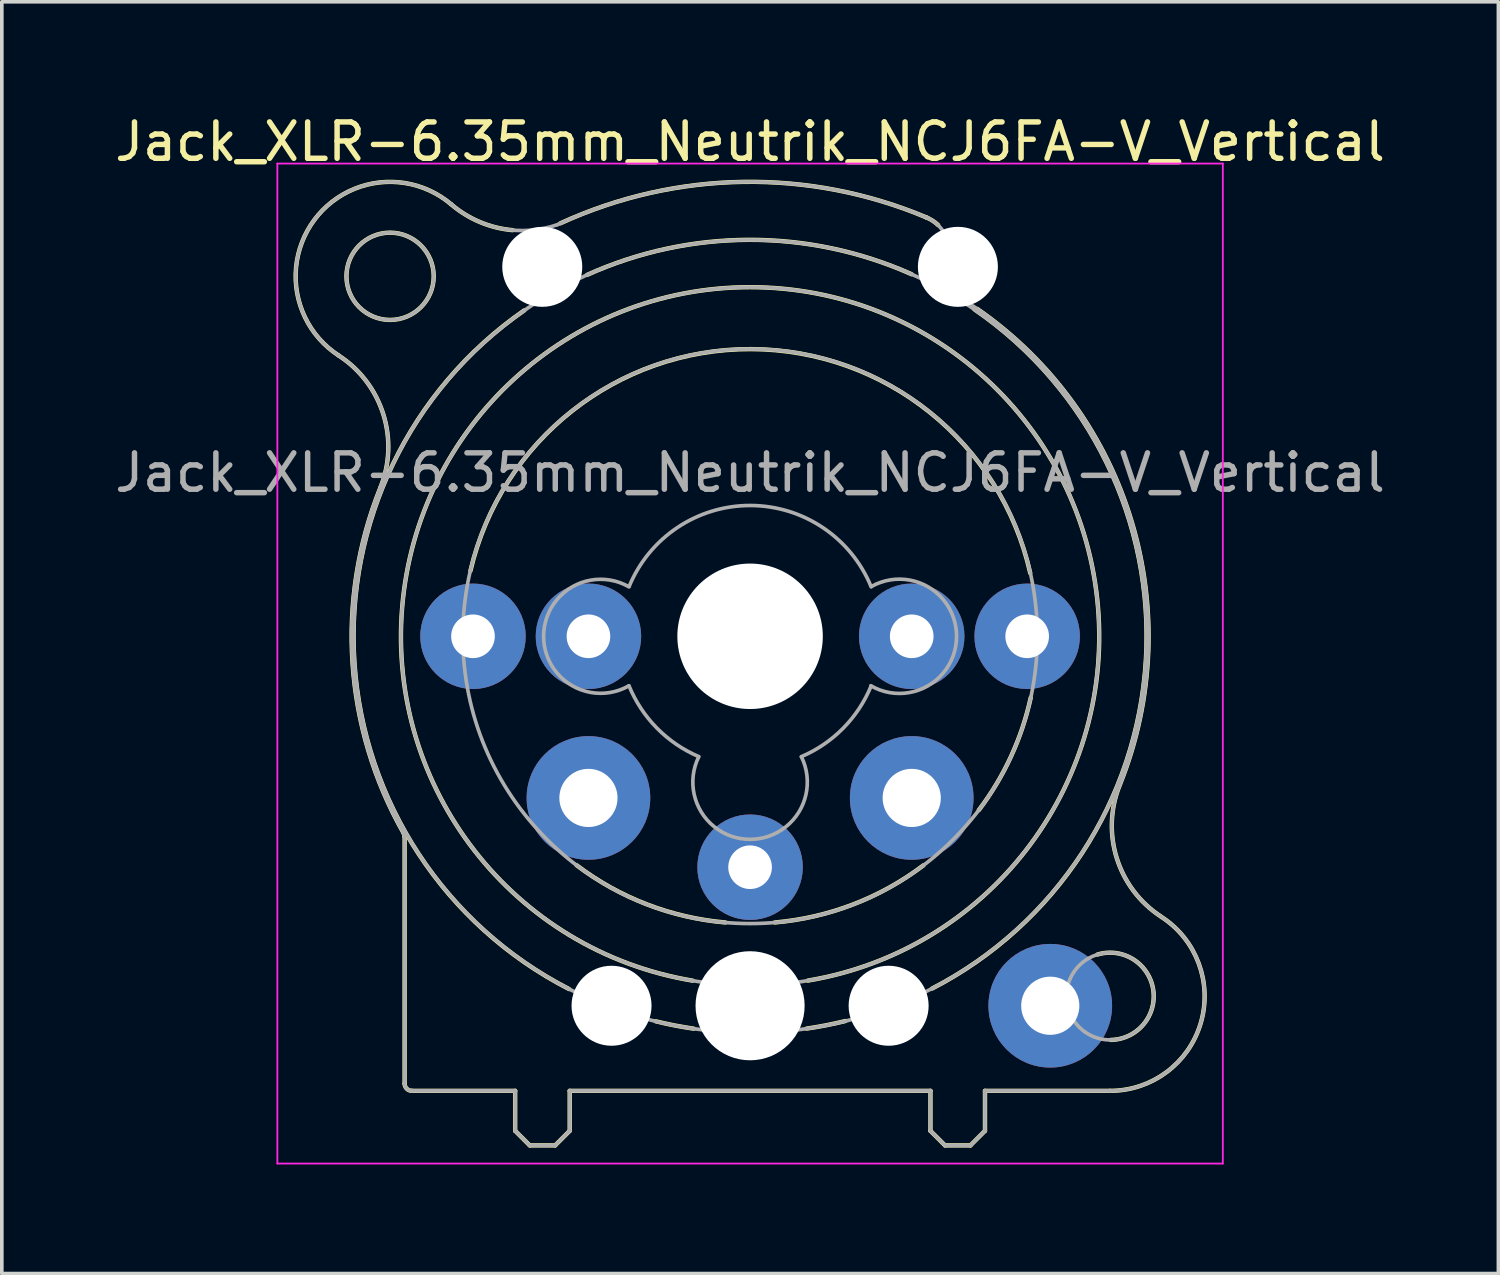
<source format=kicad_pcb>
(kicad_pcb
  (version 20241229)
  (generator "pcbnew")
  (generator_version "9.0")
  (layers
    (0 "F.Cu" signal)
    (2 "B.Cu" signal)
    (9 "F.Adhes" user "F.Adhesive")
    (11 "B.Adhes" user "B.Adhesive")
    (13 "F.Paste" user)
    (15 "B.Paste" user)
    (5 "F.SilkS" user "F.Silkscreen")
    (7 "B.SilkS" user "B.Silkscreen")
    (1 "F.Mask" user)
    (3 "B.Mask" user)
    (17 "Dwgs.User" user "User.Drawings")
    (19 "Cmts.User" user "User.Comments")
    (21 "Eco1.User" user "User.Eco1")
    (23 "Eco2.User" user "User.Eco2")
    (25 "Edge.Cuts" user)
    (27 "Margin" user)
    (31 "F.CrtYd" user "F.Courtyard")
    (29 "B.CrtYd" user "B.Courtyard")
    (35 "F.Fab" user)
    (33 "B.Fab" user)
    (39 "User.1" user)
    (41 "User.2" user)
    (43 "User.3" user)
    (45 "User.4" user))
  (footprint "Jack_XLR-6.35mm_Neutrik_NCJ6FA-V_Vertical"
    (layer "F.Cu")
    (at 25.197 14.448)
    (property "Reference" "Jack_XLR-6.35mm_Neutrik_NCJ6FA-V_Vertical" (at -7.62 -13.6 0) (layer "F.SilkS") (effects (font (size 1 1) (thickness 0.15))))
    (attr through_hole)
    (fp_line (start -17.12 5.51) (end -17.12 12.3) (stroke (width 0.12) (type solid)) (layer "F.SilkS"))
    (fp_line (start -14.08 12.5) (end -16.92 12.5) (stroke (width 0.12) (type solid)) (layer "F.SilkS"))
    (fp_line (start -14.08 12.5) (end -14.08 13.6) (stroke (width 0.12) (type solid)) (layer "F.SilkS"))
    (fp_line (start -13.68 14) (end -14.08 13.6) (stroke (width 0.12) (type solid)) (layer "F.SilkS"))
    (fp_line (start -12.98 14) (end -13.68 14) (stroke (width 0.12) (type solid)) (layer "F.SilkS"))
    (fp_line (start -12.98 14) (end -12.58 13.6) (stroke (width 0.12) (type solid)) (layer "F.SilkS"))
    (fp_line (start -12.58 12.5) (end -12.58 13.6) (stroke (width 0.12) (type solid)) (layer "F.SilkS"))
    (fp_line (start -12.58 12.5) (end -2.66 12.5) (stroke (width 0.12) (type solid)) (layer "F.SilkS"))
    (fp_line (start -2.66 12.5) (end -2.66 13.6) (stroke (width 0.12) (type solid)) (layer "F.SilkS"))
    (fp_line (start -2.26 14) (end -2.66 13.6) (stroke (width 0.12) (type solid)) (layer "F.SilkS"))
    (fp_line (start -1.56 14) (end -2.26 14) (stroke (width 0.12) (type solid)) (layer "F.SilkS"))
    (fp_line (start -1.56 14) (end -1.16 13.6) (stroke (width 0.12) (type solid)) (layer "F.SilkS"))
    (fp_line (start -1.16 12.5) (end -1.16 13.6) (stroke (width 0.12) (type solid)) (layer "F.SilkS"))
    (fp_line (start 2.28 12.5) (end -1.16 12.5) (stroke (width 0.12) (type solid)) (layer "F.SilkS"))
    (fp_arc (start -18.934795 -7.72258) (mid -19.602935 -11.450543) (end -15.84 -11.88) (stroke (width 0.12) (type solid)) (layer "F.SilkS"))
    (fp_arc (start -18.930969 -7.719195) (mid -17.705389 -6.104985) (end -17.79 -4.08) (stroke (width 0.12) (type solid)) (layer "F.SilkS"))
    (fp_arc (start -17.154956 5.397698) (mid -17.130185 5.451579) (end -17.12 5.51) (stroke (width 0.12) (type solid)) (layer "F.SilkS"))
    (fp_arc (start -17.144015 5.419265) (mid -18.552638 0.743459) (end -17.79 -4.08) (stroke (width 0.12) (type solid)) (layer "F.SilkS"))
    (fp_arc (start -16.92 12.5) (mid -17.061421 12.441421) (end -17.12 12.3) (stroke (width 0.12) (type solid)) (layer "F.SilkS"))
    (fp_arc (start -15.31 -1.8) (mid -7.589115 -7.897794) (end 0.083843 -1.739802) (stroke (width 0.12) (type solid)) (layer "F.SilkS"))
    (fp_arc (start -14.148924 -11.168665) (mid -15.050317 -11.391547) (end -15.84 -11.88) (stroke (width 0.12) (type solid)) (layer "F.SilkS"))
    (fp_arc (start -12.835768 -11.357498) (mid -7.808953 -12.496451) (end -2.75 -11.51) (stroke (width 0.12) (type solid)) (layer "F.SilkS"))
    (fp_arc (start -12.6 9.7) (mid -18.500043 0.717682) (end -13.830991 -8.961807) (stroke (width 0.12) (type solid)) (layer "F.SilkS"))
    (fp_arc (start -12.1 -9.94) (mid -7.641178 -10.902915) (end -3.178648 -9.957329) (stroke (width 0.12) (type solid)) (layer "F.SilkS"))
    (fp_arc (start -9.2 9.47) (mid -7.62467 -9.6009) (end -6.030789 9.468459) (stroke (width 0.12) (type solid)) (layer "F.SilkS"))
    (fp_arc (start -9.17 10.79) (mid -9.695239 10.701401) (end -10.215522 10.58725) (stroke (width 0.12) (type solid)) (layer "F.SilkS"))
    (fp_arc (start -8.3 7.87) (mid -10.455796 7.372758) (end -12.389148 6.297184) (stroke (width 0.12) (type solid)) (layer "F.SilkS"))
    (fp_arc (start -5 10.58) (mid -5.529293 10.697184) (end -6.063757 10.787906) (stroke (width 0.12) (type solid)) (layer "F.SilkS"))
    (fp_arc (start -2.850852 6.297184) (mid -4.784204 7.372758) (end -6.94 7.87) (stroke (width 0.12) (type solid)) (layer "F.SilkS"))
    (fp_arc (start -2.789231 -11.524852) (mid -2.608846 -11.434431) (end -2.45 -11.31) (stroke (width 0.12) (type solid)) (layer "F.SilkS"))
    (fp_arc (start -1.45 -8.99) (mid 3.262553 0.677525) (end -2.61272 9.685874) (stroke (width 0.12) (type solid)) (layer "F.SilkS"))
    (fp_arc (start -1.372521 -9.002461) (mid 2.876242 -3.147094) (end 2.55 4.08) (stroke (width 0.12) (type solid)) (layer "F.SilkS"))
    (fp_arc (start 0.097858 1.687355) (mid -0.447404 3.31155) (end -1.33 4.78) (stroke (width 0.12) (type solid)) (layer "F.SilkS"))
    (fp_arc (start 1.932014 8.75139) (mid 3.4657 9.714222) (end 2.3 11.1) (stroke (width 0.12) (type solid)) (layer "F.SilkS"))
    (fp_arc (start 3.687208 7.712208) (mid 2.463871 6.101094) (end 2.55 4.08) (stroke (width 0.12) (type solid)) (layer "F.SilkS"))
    (fp_arc (start 3.696061 7.719457) (mid 4.772931 10.63844) (end 2.28 12.5) (stroke (width 0.12) (type solid)) (layer "F.SilkS"))
    (fp_circle (center -17.52 -9.9) (end -16.32 -9.9) (stroke (width 0.12) (type solid)) (fill no) (layer "F.SilkS"))
    (fp_line (start -20.62 -13) (end 5.38 -13) (stroke (width 0.05) (type solid)) (layer "F.CrtYd"))
    (fp_line (start -20.62 14.5) (end -20.62 -13) (stroke (width 0.05) (type solid)) (layer "F.CrtYd"))
    (fp_line (start 5.38 -13) (end 5.38 14.5) (stroke (width 0.05) (type solid)) (layer "F.CrtYd"))
    (fp_line (start 5.38 14.5) (end -20.62 14.5) (stroke (width 0.05) (type solid)) (layer "F.CrtYd"))
    (fp_line (start -17.12 5.51) (end -17.12 12.3) (stroke (width 0.1) (type solid)) (layer "F.Fab"))
    (fp_line (start -14.08 12.5) (end -16.92 12.5) (stroke (width 0.1) (type solid)) (layer "F.Fab"))
    (fp_line (start -14.08 12.5) (end -14.08 13.6) (stroke (width 0.1) (type solid)) (layer "F.Fab"))
    (fp_line (start -13.68 14) (end -14.08 13.6) (stroke (width 0.1) (type solid)) (layer "F.Fab"))
    (fp_line (start -12.98 14) (end -13.68 14) (stroke (width 0.1) (type solid)) (layer "F.Fab"))
    (fp_line (start -12.98 14) (end -12.58 13.6) (stroke (width 0.1) (type solid)) (layer "F.Fab"))
    (fp_line (start -12.58 12.5) (end -12.58 13.6) (stroke (width 0.1) (type solid)) (layer "F.Fab"))
    (fp_line (start -12.58 12.5) (end -2.66 12.5) (stroke (width 0.1) (type solid)) (layer "F.Fab"))
    (fp_line (start -2.66 12.5) (end -2.66 13.6) (stroke (width 0.1) (type solid)) (layer "F.Fab"))
    (fp_line (start -2.37 -9.82) (end -2.21 -10.22) (stroke (width 0.1) (type solid)) (layer "F.Fab"))
    (fp_line (start -2.26 14) (end -2.66 13.6) (stroke (width 0.1) (type solid)) (layer "F.Fab"))
    (fp_line (start -1.56 14) (end -2.26 14) (stroke (width 0.1) (type solid)) (layer "F.Fab"))
    (fp_line (start -1.56 14) (end -1.16 13.6) (stroke (width 0.1) (type solid)) (layer "F.Fab"))
    (fp_line (start -1.16 12.5) (end -1.16 13.6) (stroke (width 0.1) (type solid)) (layer "F.Fab"))
    (fp_line (start 2.28 12.5) (end -1.16 12.5) (stroke (width 0.1) (type solid)) (layer "F.Fab"))
    (fp_arc (start -18.934795 -7.72258) (mid -19.602935 -11.450543) (end -15.84 -11.88) (stroke (width 0.1) (type solid)) (layer "F.Fab"))
    (fp_arc (start -18.930969 -7.719195) (mid -17.705389 -6.104985) (end -17.79 -4.08) (stroke (width 0.1) (type solid)) (layer "F.Fab"))
    (fp_arc (start -17.154956 5.397698) (mid -17.130185 5.451579) (end -17.12 5.51) (stroke (width 0.1) (type solid)) (layer "F.Fab"))
    (fp_arc (start -17.144015 5.419265) (mid -18.552638 0.743459) (end -17.79 -4.08) (stroke (width 0.1) (type solid)) (layer "F.Fab"))
    (fp_arc (start -16.92 12.5) (mid -17.061421 12.441421) (end -17.12 12.3) (stroke (width 0.1) (type solid)) (layer "F.Fab"))
    (fp_arc (start -12.914931 -11.320809) (mid -7.852572 -12.495716) (end -2.75 -11.51) (stroke (width 0.1) (type solid)) (layer "F.Fab"))
    (fp_arc (start -12.913921 -11.321101) (mid -14.451447 -11.210582) (end -15.84 -11.88) (stroke (width 0.1) (type solid)) (layer "F.Fab"))
    (fp_arc (start -10.954064 1.362323) (mid -13.297799 -0.002341) (end -10.95 -1.36) (stroke (width 0.1) (type solid)) (layer "F.Fab"))
    (fp_arc (start -10.945975 -1.369814) (mid -7.614696 -3.597009) (end -4.29 -1.36) (stroke (width 0.1) (type solid)) (layer "F.Fab"))
    (fp_arc (start -9.036119 3.306525) (mid -10.184888 2.521874) (end -10.95 1.36) (stroke (width 0.1) (type solid)) (layer "F.Fab"))
    (fp_arc (start -6.208725 3.312574) (mid -7.621436 5.584198) (end -9.03 3.31) (stroke (width 0.1) (type solid)) (layer "F.Fab"))
    (fp_arc (start -4.291917 1.36677) (mid -5.059455 2.527411) (end -6.21 3.31) (stroke (width 0.1) (type solid)) (layer "F.Fab"))
    (fp_arc (start -4.284946 -1.368604) (mid -1.941293 0.00867) (end -4.3 1.36) (stroke (width 0.1) (type solid)) (layer "F.Fab"))
    (fp_arc (start -2.752398 -11.51057) (mid -2.22343 -10.97362) (end -2.21 -10.22) (stroke (width 0.1) (type solid)) (layer "F.Fab"))
    (fp_arc (start -2.280824 -9.569143) (mid 2.709976 -3.656075) (end 2.55 4.08) (stroke (width 0.1) (type solid)) (layer "F.Fab"))
    (fp_arc (start -2.264515 -9.56035) (mid -2.366315 -9.670245) (end -2.37 -9.82) (stroke (width 0.1) (type solid)) (layer "F.Fab"))
    (fp_arc (start -2.20715 -10.954211) (mid -1.183963 -10.175931) (end -2.37 -9.68) (stroke (width 0.1) (type solid)) (layer "F.Fab"))
    (fp_arc (start 3.687208 7.712208) (mid 2.463871 6.101094) (end 2.55 4.08) (stroke (width 0.1) (type solid)) (layer "F.Fab"))
    (fp_arc (start 3.696061 7.719457) (mid 4.772931 10.63844) (end 2.28 12.5) (stroke (width 0.1) (type solid)) (layer "F.Fab"))
    (fp_circle (center -17.52 -9.9) (end -16.32 -9.9) (stroke (width 0.1) (type solid)) (fill no) (layer "F.Fab"))
    (fp_circle (center -7.62 0) (end 0.28 0) (stroke (width 0.1) (type solid)) (fill no) (layer "F.Fab"))
    (fp_circle (center -7.62 0) (end 1.98 0) (stroke (width 0.1) (type solid)) (fill no) (layer "F.Fab"))
    (fp_circle (center -7.62 0) (end 3.28 0) (stroke (width 0.1) (type solid)) (fill no) (layer "F.Fab"))
    (fp_circle (center 2.28 9.9) (end 3.48 9.9) (stroke (width 0.1) (type solid)) (fill no) (layer "F.Fab"))
    (fp_text user "${REFERENCE}" (at -7.62 -4.5 0) (layer "F.Fab") (effects (font (size 1 1) (thickness 0.15))))
    (pad "" np_thru_hole circle (at -13.335 -10.16) (size 2.2 2.2) (drill 2.2) (layers "*.Cu" "*.Mask"))
    (pad "" np_thru_hole circle (at -11.43 10.16) (size 2.2 2.2) (drill 2.2) (layers "*.Cu" "*.Mask"))
    (pad "" np_thru_hole circle (at -7.62 0) (size 4 4) (drill 4) (layers "*.Cu" "*.Mask"))
    (pad "" np_thru_hole circle (at -7.62 10.16) (size 3 3) (drill 3) (layers "*.Cu" "*.Mask"))
    (pad "" np_thru_hole circle (at -3.81 10.16) (size 2.2 2.2) (drill 2.2) (layers "*.Cu" "*.Mask"))
    (pad "" np_thru_hole circle (at -1.905 -10.16) (size 2.2 2.2) (drill 2.2) (layers "*.Cu" "*.Mask"))
    (pad "1" thru_hole circle (at 0 0) (size 2.9 2.9) (drill 1.2) (layers "*.Cu" "*.Mask"))
    (pad "2" thru_hole circle (at -15.24 0) (size 2.9 2.9) (drill 1.2) (layers "*.Cu" "*.Mask"))
    (pad "3" thru_hole circle (at -7.62 6.35) (size 2.9 2.9) (drill 1.2) (layers "*.Cu" "*.Mask"))
    (pad "G" thru_hole circle (at 0.635 10.16) (size 3.4 3.4) (drill 1.6) (layers "*.Cu" "*.Mask"))
    (pad "R" thru_hole circle (at -12.065 0) (size 2.9 2.9) (drill 1.2) (layers "*.Cu" "*.Mask"))
    (pad "S" thru_hole circle (at -3.175 0) (size 2.9 2.9) (drill 1.2) (layers "*.Cu" "*.Mask"))
    (pad "T" thru_hole circle (at -12.065 4.445) (size 3.4 3.4) (drill 1.6) (layers "*.Cu" "*.Mask"))
    (pad "T" thru_hole circle (at -3.175 4.445) (size 3.4 3.4) (drill 1.6) (layers "*.Cu" "*.Mask")))
  (gr_rect
    (start -3 -3)
    (end 38.155 31.973)
    (stroke (width 0.1) (type default))
    (fill no)
    (layer "Edge.Cuts")))
</source>
